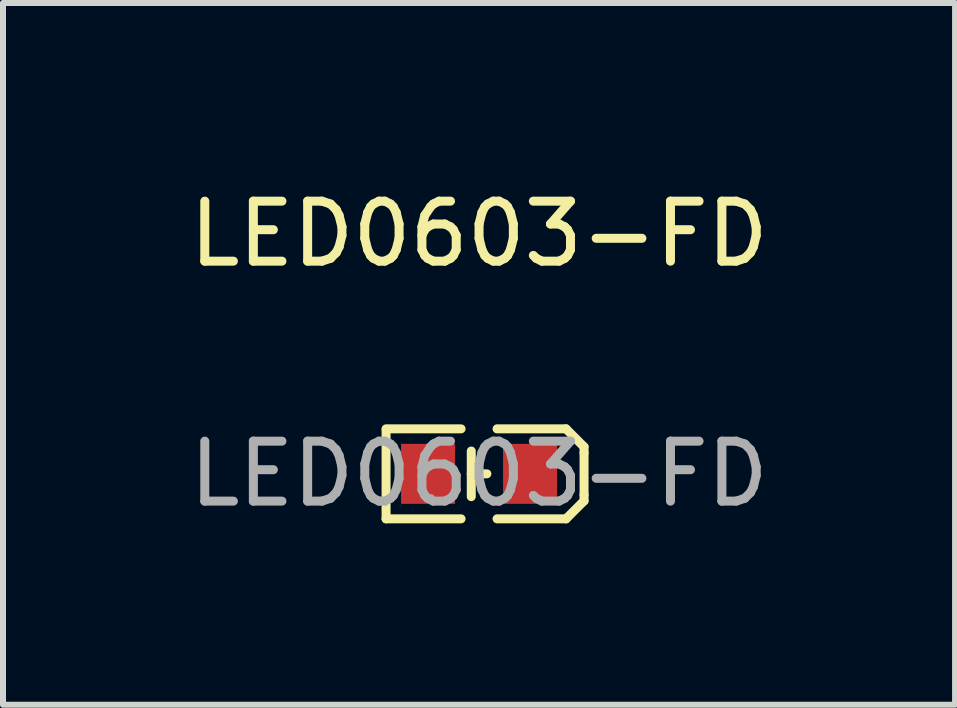
<source format=kicad_pcb>
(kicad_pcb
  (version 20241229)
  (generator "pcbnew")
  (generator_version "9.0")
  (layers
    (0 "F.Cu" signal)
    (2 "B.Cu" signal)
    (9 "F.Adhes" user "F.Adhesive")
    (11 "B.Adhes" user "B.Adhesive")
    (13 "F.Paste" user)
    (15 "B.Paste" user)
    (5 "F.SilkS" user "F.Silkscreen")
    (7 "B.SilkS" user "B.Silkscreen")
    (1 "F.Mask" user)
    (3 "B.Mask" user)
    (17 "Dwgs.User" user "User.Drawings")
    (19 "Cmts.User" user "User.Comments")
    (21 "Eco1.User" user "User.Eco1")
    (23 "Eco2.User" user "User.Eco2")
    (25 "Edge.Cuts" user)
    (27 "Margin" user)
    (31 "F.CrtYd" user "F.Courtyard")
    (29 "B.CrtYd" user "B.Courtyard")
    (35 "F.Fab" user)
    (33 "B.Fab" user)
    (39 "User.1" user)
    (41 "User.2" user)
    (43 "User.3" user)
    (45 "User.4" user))
  (footprint "LED0603-FD"
    (layer "F.Cu")
    (at 4.935 4.848)
    (property "Reference" "LED0603-FD" (at 0 -4 0) (layer "F.SilkS") (effects (font (size 1 1) (thickness 0.15))))
    (attr smd)
    (fp_line (start -1.55 0.75) (end -1.55 -0.73) (stroke (width 0.15) (type solid)) (layer "F.SilkS"))
    (fp_line (start -0.3 -0.75) (end -1.55 -0.75) (stroke (width 0.15) (type solid)) (layer "F.SilkS"))
    (fp_line (start -0.3 0.75) (end -1.55 0.75) (stroke (width 0.15) (type solid)) (layer "F.SilkS"))
    (fp_line (start -0.13 -0.38) (end -0.13 0.38) (stroke (width 0.15) (type solid)) (layer "F.SilkS"))
    (fp_line (start -0.13 0) (end 0.13 0) (stroke (width 0.15) (type solid)) (layer "F.SilkS"))
    (fp_line (start 0.3 -0.75) (end 1.45 -0.75) (stroke (width 0.15) (type solid)) (layer "F.SilkS"))
    (fp_line (start 0.3 0.75) (end 1.45 0.75) (stroke (width 0.15) (type solid)) (layer "F.SilkS"))
    (fp_line (start 1.75 -0.45) (end 1.45 -0.75) (stroke (width 0.15) (type solid)) (layer "F.SilkS"))
    (fp_line (start 1.75 -0.35) (end 1.75 -0.45) (stroke (width 0.15) (type solid)) (layer "F.SilkS"))
    (fp_line (start 1.75 0.35) (end 1.75 -0.35) (stroke (width 0.15) (type solid)) (layer "F.SilkS"))
    (fp_line (start 1.75 0.35) (end 1.75 0.45) (stroke (width 0.15) (type solid)) (layer "F.SilkS"))
    (fp_line (start 1.75 0.45) (end 1.45 0.75) (stroke (width 0.15) (type solid)) (layer "F.SilkS"))
    (fp_circle (center -0.8 0.4) (end -0.77 0.4) (stroke (width 0.06) (type solid)) (fill no) (layer "F.Fab"))
    (fp_text user "${REFERENCE}" (at 0 0 0) (layer "F.Fab") (effects (font (size 1 1) (thickness 0.15))))
    (pad "1" smd rect (at -0.85 0 270) (size 1 0.9) (layers "F.Cu" "F.Mask" "F.Paste"))
    (pad "2" smd rect (at 0.85 0 270) (size 1 0.9) (layers "F.Cu" "F.Mask" "F.Paste")))
  (gr_rect
    (start -3 -3)
    (end 12.869 8.697)
    (stroke (width 0.1) (type default))
    (fill no)
    (layer "Edge.Cuts")))
</source>
